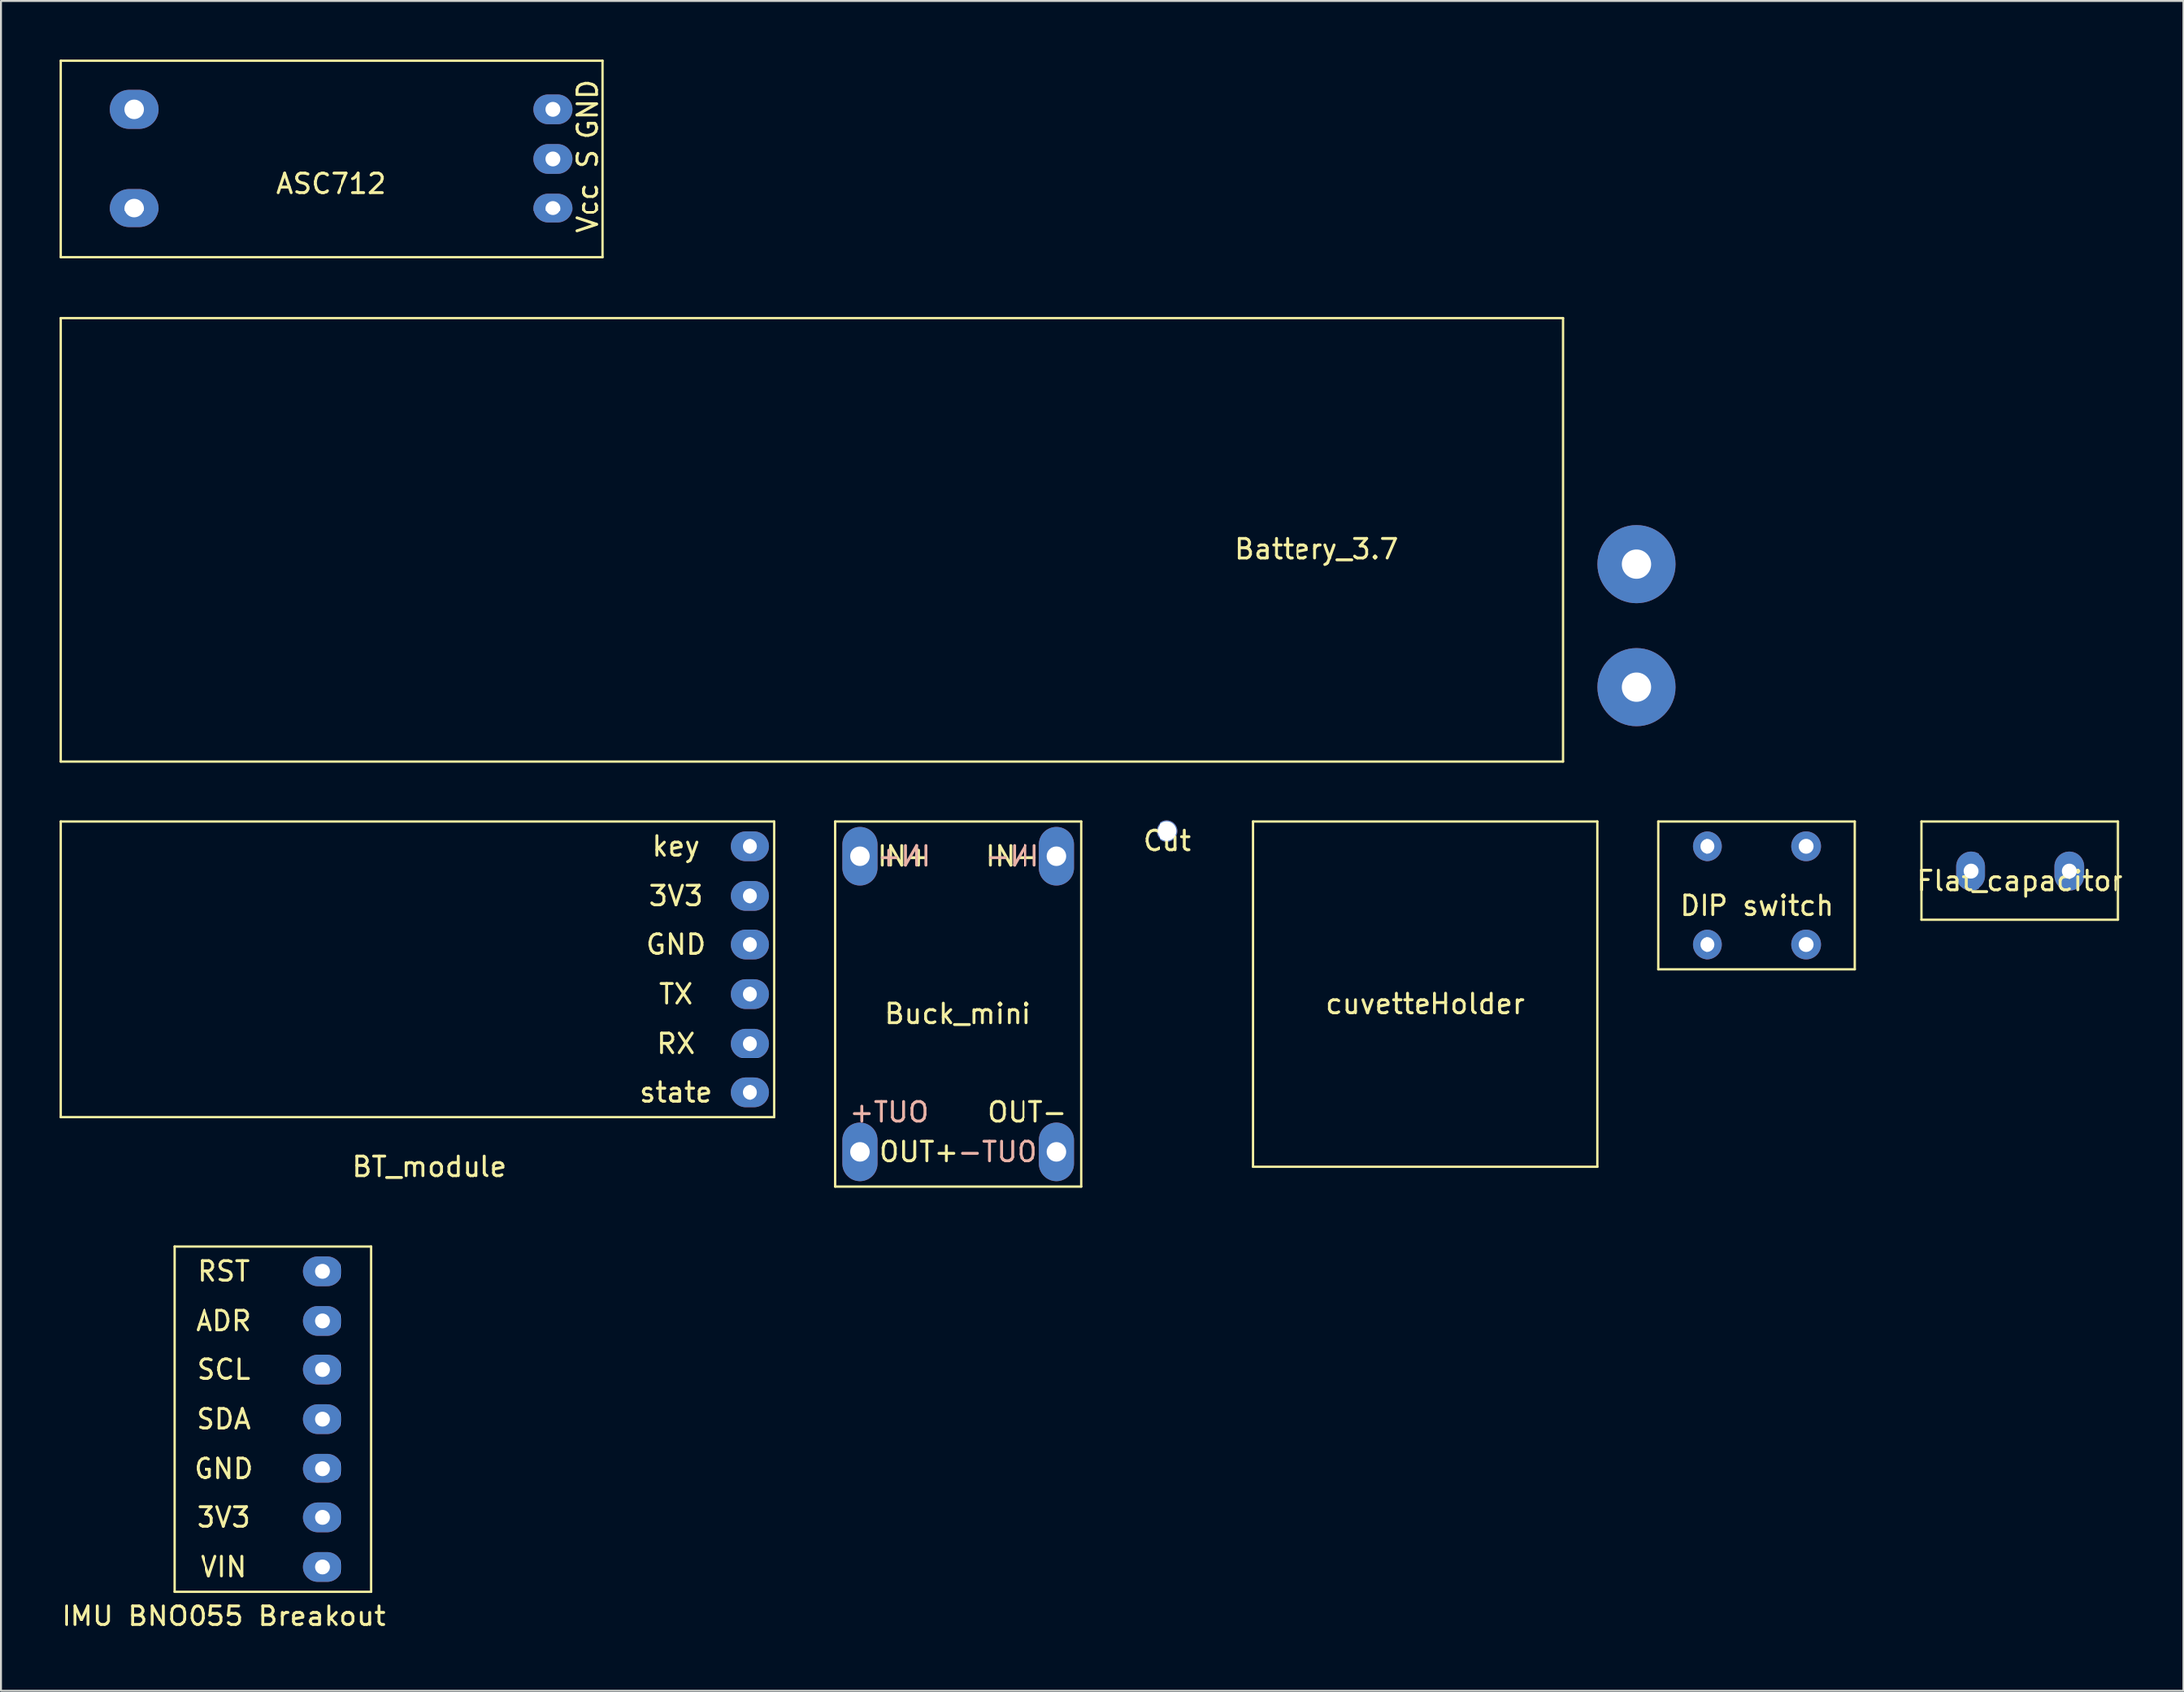
<source format=kicad_pcb>
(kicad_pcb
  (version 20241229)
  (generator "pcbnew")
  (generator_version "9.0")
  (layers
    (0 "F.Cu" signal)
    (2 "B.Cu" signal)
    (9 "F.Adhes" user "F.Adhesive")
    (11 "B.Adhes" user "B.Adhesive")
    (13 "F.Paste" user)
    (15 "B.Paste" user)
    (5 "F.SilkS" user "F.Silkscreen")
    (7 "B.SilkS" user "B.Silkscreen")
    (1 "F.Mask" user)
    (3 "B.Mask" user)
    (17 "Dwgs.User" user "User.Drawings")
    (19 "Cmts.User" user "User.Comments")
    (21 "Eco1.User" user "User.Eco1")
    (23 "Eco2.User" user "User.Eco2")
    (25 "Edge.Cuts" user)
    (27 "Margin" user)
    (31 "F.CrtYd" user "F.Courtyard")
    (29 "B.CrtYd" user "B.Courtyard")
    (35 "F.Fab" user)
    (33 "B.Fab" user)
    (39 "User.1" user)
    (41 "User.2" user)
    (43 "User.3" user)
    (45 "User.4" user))
  (footprint "ASC712"
    (layer "F.Cu")
    (at 14.03 5.14)
    (property "Reference" "ASC712" (at 0 1.27 0) (layer "F.SilkS") (effects (font (size 1 1) (thickness 0.15))))
    (attr through_hole)
    (fp_line (start -13.97 -5.08) (end -13.97 5.08) (stroke (width 0.12) (type solid)) (layer "F.SilkS"))
    (fp_line (start -13.97 5.08) (end 13.97 5.08) (stroke (width 0.12) (type solid)) (layer "F.SilkS"))
    (fp_line (start 13.97 -5.08) (end -13.97 -5.08) (stroke (width 0.12) (type solid)) (layer "F.SilkS"))
    (fp_line (start 13.97 5.08) (end 13.97 -5.08) (stroke (width 0.12) (type solid)) (layer "F.SilkS"))
    (fp_text user "S" (at 13.208 0 90) (layer "F.SilkS") (effects (font (size 1 1) (thickness 0.15))))
    (fp_text user "GND" (at 13.208 -2.54 90) (layer "F.SilkS") (effects (font (size 1 1) (thickness 0.15))))
    (fp_text user "Vcc" (at 13.208 2.54 90) (layer "F.SilkS") (effects (font (size 1 1) (thickness 0.15))))
    (pad "1" thru_hole oval (at -10.16 2.54 90) (size 2 2.5) (drill 1) (layers "*.Cu" "*.Mask"))
    (pad "2" thru_hole oval (at -10.16 -2.54 90) (size 2 2.5) (drill 1) (layers "*.Cu" "*.Mask"))
    (pad "3" thru_hole oval (at 11.43 0 90) (size 1.524 2) (drill 0.762) (layers "*.Cu" "*.Mask"))
    (pad "4" thru_hole oval (at 11.43 2.54 90) (size 1.524 2) (drill 0.762) (layers "*.Cu" "*.Mask"))
    (pad "5" thru_hole oval (at 11.43 -2.54 90) (size 1.524 2) (drill 0.762) (layers "*.Cu" "*.Mask")))
  (footprint "Flat_capacitor"
    (layer "F.Cu")
    (at 101.111 41.86)
    (property "Reference" "Flat_capacitor" (at 0 0.5 0) (layer "F.SilkS") (effects (font (size 1 1) (thickness 0.15))))
    (attr through_hole)
    (fp_line (start -5.08 -2.54) (end -5.08 2.54) (stroke (width 0.12) (type solid)) (layer "F.SilkS"))
    (fp_line (start -5.08 2.54) (end 5.08 2.54) (stroke (width 0.12) (type solid)) (layer "F.SilkS"))
    (fp_line (start 5.08 -2.54) (end -5.08 -2.54) (stroke (width 0.12) (type solid)) (layer "F.SilkS"))
    (fp_line (start 5.08 2.54) (end 5.08 -2.54) (stroke (width 0.12) (type solid)) (layer "F.SilkS"))
    (pad "1" thru_hole oval (at -2.54 0) (size 1.524 2) (drill 0.762) (layers "*.Cu" "*.Mask"))
    (pad "2" thru_hole oval (at 2.54 0) (size 1.524 2) (drill 0.762) (layers "*.Cu" "*.Mask")))
  (footprint "IMU BNO055 Breakout"
    (layer "F.Cu")
    (at 11.022 70.126)
    (property "Reference" "IMU BNO055 Breakout" (at -2.54 10.16 0) (layer "F.SilkS") (effects (font (size 1 1) (thickness 0.15))))
    (attr through_hole)
    (fp_line (start -5.08 -8.89) (end -5.08 8.89) (stroke (width 0.12) (type solid)) (layer "F.SilkS"))
    (fp_line (start -5.08 8.89) (end 5.08 8.89) (stroke (width 0.12) (type solid)) (layer "F.SilkS"))
    (fp_line (start 5.08 -8.89) (end -5.08 -8.89) (stroke (width 0.12) (type solid)) (layer "F.SilkS"))
    (fp_line (start 5.08 8.89) (end 5.08 -8.89) (stroke (width 0.12) (type solid)) (layer "F.SilkS"))
    (fp_text user "GND" (at -2.54 2.54 0) (layer "F.SilkS") (effects (font (size 1 1) (thickness 0.15))))
    (fp_text user "SCL" (at -2.54 -2.54 0) (layer "F.SilkS") (effects (font (size 1 1) (thickness 0.15))))
    (fp_text user "VIN" (at -2.54 7.62 0) (layer "F.SilkS") (effects (font (size 1 1) (thickness 0.15))))
    (fp_text user "RST" (at -2.54 -7.62 0) (layer "F.SilkS") (effects (font (size 1 1) (thickness 0.15))))
    (fp_text user "SDA" (at -2.54 0 0) (layer "F.SilkS") (effects (font (size 1 1) (thickness 0.15))))
    (fp_text user "ADR" (at -2.54 -5.08 0) (layer "F.SilkS") (effects (font (size 1 1) (thickness 0.15))))
    (fp_text user "3V3" (at -2.54 5.08 0) (layer "F.SilkS") (effects (font (size 1 1) (thickness 0.15))))
    (pad "1" thru_hole oval (at 2.54 -7.62) (size 2 1.524) (drill 0.762) (layers "*.Cu" "*.Mask"))
    (pad "2" thru_hole oval (at 2.54 -5.08) (size 2 1.524) (drill 0.762) (layers "*.Cu" "*.Mask"))
    (pad "3" thru_hole oval (at 2.54 -2.54) (size 2 1.524) (drill 0.762) (layers "*.Cu" "*.Mask"))
    (pad "4" thru_hole oval (at 2.54 0) (size 2 1.524) (drill 0.762) (layers "*.Cu" "*.Mask"))
    (pad "5" thru_hole oval (at 2.54 2.54) (size 2 1.524) (drill 0.762) (layers "*.Cu" "*.Mask"))
    (pad "6" thru_hole oval (at 2.54 5.08) (size 2 1.524) (drill 0.762) (layers "*.Cu" "*.Mask"))
    (pad "7" thru_hole oval (at 2.54 7.62) (size 2 1.524) (drill 0.762) (layers "*.Cu" "*.Mask")))
  (footprint "Cut"
    (layer "F.Cu")
    (at 57.133 39.81)
    (property "Reference" "Cut" (at 0 0.5 0) (layer "F.SilkS") (effects (font (size 1 1) (thickness 0.15))))
    (attr through_hole)
    (pad "1" thru_hole circle (at 0 0) (size 1.1 1.1) (drill 1) (layers "*.Cu" "*.Mask")))
  (footprint "DIP switch"
    (layer "F.Cu")
    (at 87.536 43.13)
    (property "Reference" "DIP switch" (at 0 0.5 0) (layer "F.SilkS") (effects (font (size 1 1) (thickness 0.15))))
    (attr through_hole)
    (fp_line (start -5.08 -3.81) (end 5.08 -3.81) (stroke (width 0.12) (type solid)) (layer "F.SilkS"))
    (fp_line (start -5.08 3.81) (end -5.08 -3.81) (stroke (width 0.12) (type solid)) (layer "F.SilkS"))
    (fp_line (start 5.08 -3.81) (end 5.08 3.81) (stroke (width 0.12) (type solid)) (layer "F.SilkS"))
    (fp_line (start 5.08 3.81) (end -5.08 3.81) (stroke (width 0.12) (type solid)) (layer "F.SilkS"))
    (pad "1" thru_hole circle (at -2.54 -2.54) (size 1.524 1.524) (drill 0.762) (layers "*.Cu" "*.Mask"))
    (pad "2" thru_hole circle (at -2.54 2.54) (size 1.524 1.524) (drill 0.762) (layers "*.Cu" "*.Mask"))
    (pad "3" thru_hole circle (at 2.54 2.54) (size 1.524 1.524) (drill 0.762) (layers "*.Cu" "*.Mask"))
    (pad "4" thru_hole circle (at 2.54 -2.54) (size 1.524 1.524) (drill 0.762) (layers "*.Cu" "*.Mask")))
  (footprint "cuvetteHolder"
    (layer "F.Cu")
    (at 70.446 48.21)
    (property "Reference" "cuvetteHolder" (at 0 0.5 0) (layer "F.SilkS") (effects (font (size 1 1) (thickness 0.15))))
    (attr through_hole)
    (fp_line (start -8.89 -8.89) (end 8.89 -8.89) (stroke (width 0.12) (type solid)) (layer "F.SilkS"))
    (fp_line (start -8.89 8.89) (end -8.89 -8.89) (stroke (width 0.12) (type solid)) (layer "F.SilkS"))
    (fp_line (start 8.89 -8.89) (end 8.89 8.89) (stroke (width 0.12) (type solid)) (layer "F.SilkS"))
    (fp_line (start 8.89 8.89) (end -8.89 8.89) (stroke (width 0.12) (type solid)) (layer "F.SilkS")))
  (footprint "BT_module"
    (layer "F.Cu")
    (at 19.11 46.94)
    (property "Reference" "BT_module" (at 0 10.16 0) (layer "F.SilkS") (effects (font (size 1 1) (thickness 0.15))))
    (attr through_hole)
    (fp_line (start -19.05 -7.62) (end 17.78 -7.62) (stroke (width 0.12) (type solid)) (layer "F.SilkS"))
    (fp_line (start -19.05 7.62) (end -19.05 -7.62) (stroke (width 0.12) (type solid)) (layer "F.SilkS"))
    (fp_line (start 17.78 -7.62) (end 17.78 7.62) (stroke (width 0.12) (type solid)) (layer "F.SilkS"))
    (fp_line (start 17.78 7.62) (end -19.05 7.62) (stroke (width 0.12) (type solid)) (layer "F.SilkS"))
    (fp_text user "GND" (at 12.7 -1.27 0) (layer "F.SilkS") (effects (font (size 1 1) (thickness 0.15))))
    (fp_text user "TX" (at 12.7 1.27 0) (layer "F.SilkS") (effects (font (size 1 1) (thickness 0.15))))
    (fp_text user "3V3" (at 12.7 -3.81 0) (layer "F.SilkS") (effects (font (size 1 1) (thickness 0.15))))
    (fp_text user "key" (at 12.7 -6.35 0) (layer "F.SilkS") (effects (font (size 1 1) (thickness 0.15))))
    (fp_text user "RX" (at 12.7 3.81 0) (layer "F.SilkS") (effects (font (size 1 1) (thickness 0.15))))
    (fp_text user "state" (at 12.7 6.35 0) (layer "F.SilkS") (effects (font (size 1 1) (thickness 0.15))))
    (pad "1" thru_hole oval (at 16.51 -6.35) (size 2 1.524) (drill 0.762) (layers "*.Cu" "*.Mask"))
    (pad "2" thru_hole oval (at 16.51 -3.81) (size 2 1.524) (drill 0.762) (layers "*.Cu" "*.Mask"))
    (pad "3" thru_hole oval (at 16.51 -1.27) (size 2 1.524) (drill 0.762) (layers "*.Cu" "*.Mask"))
    (pad "4" thru_hole oval (at 16.51 1.27) (size 2 1.524) (drill 0.762) (layers "*.Cu" "*.Mask"))
    (pad "5" thru_hole oval (at 16.51 3.81) (size 2 1.524) (drill 0.762) (layers "*.Cu" "*.Mask"))
    (pad "6" thru_hole oval (at 16.51 6.35) (size 2 1.524) (drill 0.762) (layers "*.Cu" "*.Mask")))
  (footprint "Battery_3.7"
    (layer "F.Cu")
    (at 64.83 24.77)
    (property "Reference" "Battery_3.7" (at 0 0.5 0) (layer "F.SilkS") (effects (font (size 1 1) (thickness 0.15))))
    (attr through_hole)
    (fp_line (start -64.77 -11.43) (end 12.7 -11.43) (stroke (width 0.12) (type solid)) (layer "F.SilkS"))
    (fp_line (start -64.77 11.43) (end -64.77 -11.43) (stroke (width 0.12) (type solid)) (layer "F.SilkS"))
    (fp_line (start 12.7 -11.43) (end 12.7 11.43) (stroke (width 0.12) (type solid)) (layer "F.SilkS"))
    (fp_line (start 12.7 11.43) (end -64.77 11.43) (stroke (width 0.12) (type solid)) (layer "F.SilkS"))
    (pad "1" thru_hole circle (at 16.51 7.62) (size 4 4) (drill 1.5) (layers "*.Cu" "*.Mask"))
    (pad "2" thru_hole circle (at 16.51 1.27) (size 4 4) (drill 1.5) (layers "*.Cu" "*.Mask")))
  (footprint "Buck_mini"
    (layer "F.Cu")
    (at 46.36 48.718)
    (property "Reference" "Buck_mini" (at 0 0.5 0) (layer "F.SilkS") (effects (font (size 1 1) (thickness 0.15))))
    (attr through_hole)
    (fp_line (start -6.35 -9.398) (end 6.35 -9.398) (stroke (width 0.12) (type solid)) (layer "F.SilkS"))
    (fp_line (start -6.35 9.398) (end -6.35 -9.398) (stroke (width 0.12) (type solid)) (layer "F.SilkS"))
    (fp_line (start 6.35 -9.398) (end 6.35 9.398) (stroke (width 0.12) (type solid)) (layer "F.SilkS"))
    (fp_line (start 6.35 9.398) (end -6.35 9.398) (stroke (width 0.12) (type solid)) (layer "F.SilkS"))
    (fp_text user "OUT-" (at 3.556 5.588 0) (layer "F.SilkS") (effects (font (size 1 1) (thickness 0.15))))
    (fp_text user "OUT+" (at -2.032 7.62 0) (layer "F.SilkS") (effects (font (size 1 1) (thickness 0.15))))
    (fp_text user "IN+" (at -2.794 -7.62 0) (layer "F.SilkS") (effects (font (size 1 1) (thickness 0.15))))
    (fp_text user "IN-" (at 2.794 -7.62 0) (layer "F.SilkS") (effects (font (size 1 1) (thickness 0.15))))
    (fp_text user "OUT+" (at -3.556 5.588 0) (layer "B.SilkS") (effects (font (size 1 1) (thickness 0.15)) (justify mirror)))
    (fp_text user "OUT-" (at 2.032 7.62 0) (layer "B.SilkS") (effects (font (size 1 1) (thickness 0.15)) (justify mirror)))
    (fp_text user "IN+" (at -2.794 -7.62 0) (layer "B.SilkS") (effects (font (size 1 1) (thickness 0.15)) (justify mirror)))
    (fp_text user "IN-" (at 2.794 -7.62 0) (layer "B.SilkS") (effects (font (size 1 1) (thickness 0.15)) (justify mirror)))
    (pad "1" thru_hole oval (at -5.08 -7.62 90) (size 3 1.8) (drill 1) (layers "*.Cu" "*.Mask"))
    (pad "2" thru_hole oval (at 5.08 -7.62 180) (size 1.8 3) (drill 1) (layers "*.Cu" "*.Mask"))
    (pad "3" thru_hole oval (at -5.08 7.62) (size 1.8 3) (drill 1) (layers "*.Cu" "*.Mask"))
    (pad "4" thru_hole oval (at 5.08 7.62) (size 1.8 3) (drill 1) (layers "*.Cu" "*.Mask")))
  (gr_rect
    (start -3 -3)
    (end 109.545 84.134)
    (stroke (width 0.1) (type default))
    (fill no)
    (layer "Edge.Cuts")))
</source>
